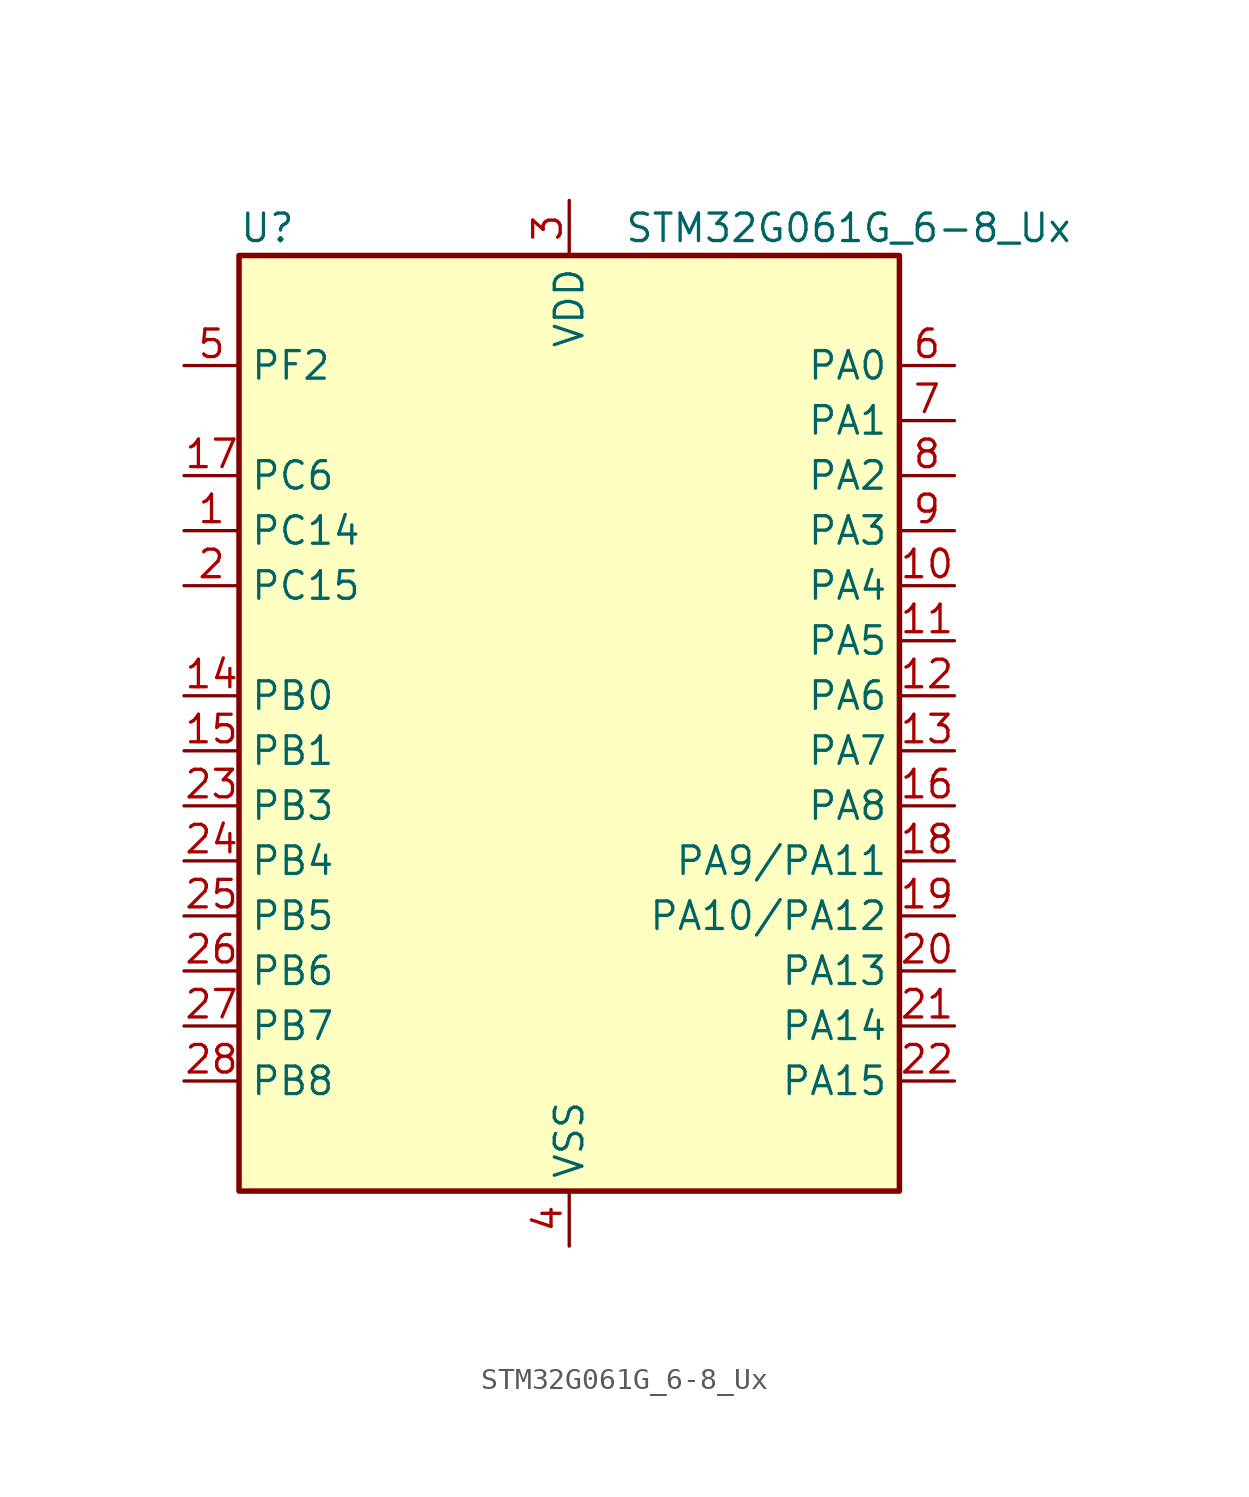
<source format=kicad_sym>
(kicad_symbol_lib
  (version 20231120)
  (generator "kicad-library-utils")
  (generator_version "8.0")
  (symbol "STM32G061G_6-8_Ux"
    (property "Reference" "U"
      (at -15.24 24.13 0)
      (effects (font (size 1.27 1.27)) (justify left)))
    (property "Value" "STM32G061G_6-8_Ux"
      (at 2.54 24.13 0)
      (effects (font (size 1.27 1.27)) (justify left)))
    (symbol "STM32G061G_6-8_Ux_0_1"
      (rectangle (start -15.24 -20.32) (end 15.24 22.86) (stroke (width 0.254) (type default)) (fill (type background))))
    (symbol "STM32G061G_6-8_Ux_1_1"
      (pin bidirectional line (at -17.78 10.16 0) (length 2.54) (name "PC14" (effects (font (size 1.27 1.27)))) (number "1" (effects (font (size 1.27 1.27)))) (alternate "RCC_OSC32_IN" bidirectional line) (alternate "RCC_OSC_IN" bidirectional line) (alternate "TIM1_BK2" bidirectional line))
      (pin bidirectional line (at 17.78 7.62 180) (length 2.54) (name "PA4" (effects (font (size 1.27 1.27)))) (number "10" (effects (font (size 1.27 1.27)))) (alternate "ADC1_IN4" bidirectional line) (alternate "DAC1_OUT1" bidirectional line) (alternate "I2S1_WS" bidirectional line) (alternate "LPTIM2_OUT" bidirectional line) (alternate "RTC_OUT1" bidirectional line) (alternate "RTC_TAMP_IN1" bidirectional line) (alternate "RTC_TS" bidirectional line) (alternate "SPI1_NSS" bidirectional line) (alternate "SPI2_MOSI" bidirectional line) (alternate "SYS_WKUP2" bidirectional line) (alternate "TIM14_CH1" bidirectional line))
      (pin bidirectional line (at 17.78 5.08 180) (length 2.54) (name "PA5" (effects (font (size 1.27 1.27)))) (number "11" (effects (font (size 1.27 1.27)))) (alternate "ADC1_IN5" bidirectional line) (alternate "DAC1_OUT2" bidirectional line) (alternate "I2S1_CK" bidirectional line) (alternate "LPTIM2_ETR" bidirectional line) (alternate "SPI1_SCK" bidirectional line) (alternate "TIM2_CH1" bidirectional line) (alternate "TIM2_ETR" bidirectional line))
      (pin bidirectional line (at 17.78 2.54 180) (length 2.54) (name "PA6" (effects (font (size 1.27 1.27)))) (number "12" (effects (font (size 1.27 1.27)))) (alternate "ADC1_IN6" bidirectional line) (alternate "COMP1_OUT" bidirectional line) (alternate "I2S1_MCK" bidirectional line) (alternate "LPUART1_CTS" bidirectional line) (alternate "SPI1_MISO" bidirectional line) (alternate "TIM16_CH1" bidirectional line) (alternate "TIM1_BK" bidirectional line) (alternate "TIM3_CH1" bidirectional line))
      (pin bidirectional line (at 17.78 0 180) (length 2.54) (name "PA7" (effects (font (size 1.27 1.27)))) (number "13" (effects (font (size 1.27 1.27)))) (alternate "ADC1_IN7" bidirectional line) (alternate "COMP2_OUT" bidirectional line) (alternate "I2S1_SD" bidirectional line) (alternate "SPI1_MOSI" bidirectional line) (alternate "TIM14_CH1" bidirectional line) (alternate "TIM17_CH1" bidirectional line) (alternate "TIM1_CH1N" bidirectional line) (alternate "TIM3_CH2" bidirectional line))
      (pin bidirectional line (at -17.78 2.54 0) (length 2.54) (name "PB0" (effects (font (size 1.27 1.27)))) (number "14" (effects (font (size 1.27 1.27)))) (alternate "ADC1_IN8" bidirectional line) (alternate "COMP1_OUT" bidirectional line) (alternate "I2S1_WS" bidirectional line) (alternate "LPTIM1_OUT" bidirectional line) (alternate "SPI1_NSS" bidirectional line) (alternate "TIM1_CH2N" bidirectional line) (alternate "TIM3_CH3" bidirectional line))
      (pin bidirectional line (at -17.78 0 0) (length 2.54) (name "PB1" (effects (font (size 1.27 1.27)))) (number "15" (effects (font (size 1.27 1.27)))) (alternate "ADC1_IN9" bidirectional line) (alternate "COMP1_INM" bidirectional line) (alternate "LPTIM2_IN1" bidirectional line) (alternate "LPUART1_DE" bidirectional line) (alternate "LPUART1_RTS" bidirectional line) (alternate "TIM14_CH1" bidirectional line) (alternate "TIM1_CH3N" bidirectional line) (alternate "TIM3_CH4" bidirectional line))
      (pin bidirectional line (at 17.78 -2.54 180) (length 2.54) (name "PA8" (effects (font (size 1.27 1.27)))) (number "16" (effects (font (size 1.27 1.27)))) (alternate "LPTIM2_OUT" bidirectional line) (alternate "RCC_MCO" bidirectional line) (alternate "SPI2_NSS" bidirectional line) (alternate "TIM1_CH1" bidirectional line))
      (pin bidirectional line (at -17.78 12.7 0) (length 2.54) (name "PC6" (effects (font (size 1.27 1.27)))) (number "17" (effects (font (size 1.27 1.27)))) (alternate "TIM2_CH3" bidirectional line) (alternate "TIM3_CH1" bidirectional line))
      (pin bidirectional line (at 17.78 -5.08 180) (length 2.54) (name "PA9/PA11" (effects (font (size 1.27 1.27)))) (number "18" (effects (font (size 1.27 1.27)))) (alternate "PA9" bidirectional line) (alternate "DAC1_EXTI9 (PA9)" bidirectional line) (alternate "I2C1_SCL (PA9)" bidirectional line) (alternate "RCC_MCO (PA9)" bidirectional line) (alternate "SPI2_MISO (PA9)" bidirectional line) (alternate "TIM15_BK (PA9)" bidirectional line) (alternate "TIM1_CH2 (PA9)" bidirectional line) (alternate "USART1_TX (PA9)" bidirectional line) (alternate "PA11" bidirectional line) (alternate "ADC1_EXTI11 (PA11)" bidirectional line) (alternate "ADC1_IN15 (PA11)" bidirectional line) (alternate "COMP1_OUT (PA11)" bidirectional line) (alternate "I2C2_SCL (PA11)" bidirectional line) (alternate "I2S1_MCK (PA11)" bidirectional line) (alternate "SPI1_MISO (PA11)" bidirectional line) (alternate "TIM1_BK2 (PA11)" bidirectional line) (alternate "TIM1_CH4 (PA11)" bidirectional line) (alternate "USART1_CTS (PA11)" bidirectional line) (alternate "USART1_NSS (PA11)" bidirectional line))
      (pin bidirectional line (at 17.78 -7.62 180) (length 2.54) (name "PA10/PA12" (effects (font (size 1.27 1.27)))) (number "19" (effects (font (size 1.27 1.27)))) (alternate "PA10" bidirectional line) (alternate "I2C1_SDA (PA10)" bidirectional line) (alternate "SPI2_MOSI (PA10)" bidirectional line) (alternate "TIM17_BK (PA10)" bidirectional line) (alternate "TIM1_CH3 (PA10)" bidirectional line) (alternate "USART1_RX (PA10)" bidirectional line) (alternate "PA12" bidirectional line) (alternate "ADC1_IN16 (PA12)" bidirectional line) (alternate "COMP2_OUT (PA12)" bidirectional line) (alternate "I2C2_SDA (PA12)" bidirectional line) (alternate "I2S1_SD (PA12)" bidirectional line) (alternate "I2S_CKIN (PA12)" bidirectional line) (alternate "SPI1_MOSI (PA12)" bidirectional line) (alternate "TIM1_ETR (PA12)" bidirectional line) (alternate "USART1_CK (PA12)" bidirectional line) (alternate "USART1_DE (PA12)" bidirectional line) (alternate "USART1_RTS (PA12)" bidirectional line))
      (pin bidirectional line (at -17.78 7.62 0) (length 2.54) (name "PC15" (effects (font (size 1.27 1.27)))) (number "2" (effects (font (size 1.27 1.27)))) (alternate "RCC_OSC32_EN" bidirectional line) (alternate "RCC_OSC32_OUT" bidirectional line) (alternate "RCC_OSC_EN" bidirectional line) (alternate "TIM15_BK" bidirectional line))
      (pin bidirectional line (at 17.78 -10.16 180) (length 2.54) (name "PA13" (effects (font (size 1.27 1.27)))) (number "20" (effects (font (size 1.27 1.27)))) (alternate "ADC1_IN17" bidirectional line) (alternate "IR_OUT" bidirectional line) (alternate "SYS_SWDIO" bidirectional line))
      (pin bidirectional line (at 17.78 -12.7 180) (length 2.54) (name "PA14" (effects (font (size 1.27 1.27)))) (number "21" (effects (font (size 1.27 1.27)))) (alternate "ADC1_IN18" bidirectional line) (alternate "SYS_SWCLK" bidirectional line) (alternate "USART2_TX" bidirectional line))
      (pin bidirectional line (at 17.78 -15.24 180) (length 2.54) (name "PA15" (effects (font (size 1.27 1.27)))) (number "22" (effects (font (size 1.27 1.27)))) (alternate "I2S1_WS" bidirectional line) (alternate "SPI1_NSS" bidirectional line) (alternate "TIM2_CH1" bidirectional line) (alternate "TIM2_ETR" bidirectional line) (alternate "USART2_RX" bidirectional line))
      (pin bidirectional line (at -17.78 -2.54 0) (length 2.54) (name "PB3" (effects (font (size 1.27 1.27)))) (number "23" (effects (font (size 1.27 1.27)))) (alternate "COMP2_INM" bidirectional line) (alternate "I2S1_CK" bidirectional line) (alternate "SPI1_SCK" bidirectional line) (alternate "TIM1_CH2" bidirectional line) (alternate "TIM2_CH2" bidirectional line) (alternate "USART1_CK" bidirectional line) (alternate "USART1_DE" bidirectional line) (alternate "USART1_RTS" bidirectional line))
      (pin bidirectional line (at -17.78 -5.08 0) (length 2.54) (name "PB4" (effects (font (size 1.27 1.27)))) (number "24" (effects (font (size 1.27 1.27)))) (alternate "COMP2_INP" bidirectional line) (alternate "I2S1_MCK" bidirectional line) (alternate "SPI1_MISO" bidirectional line) (alternate "TIM17_BK" bidirectional line) (alternate "TIM3_CH1" bidirectional line) (alternate "USART1_CTS" bidirectional line) (alternate "USART1_NSS" bidirectional line))
      (pin bidirectional line (at -17.78 -7.62 0) (length 2.54) (name "PB5" (effects (font (size 1.27 1.27)))) (number "25" (effects (font (size 1.27 1.27)))) (alternate "COMP2_OUT" bidirectional line) (alternate "I2C1_SMBA" bidirectional line) (alternate "I2S1_SD" bidirectional line) (alternate "LPTIM1_IN1" bidirectional line) (alternate "SPI1_MOSI" bidirectional line) (alternate "SYS_WKUP6" bidirectional line) (alternate "TIM16_BK" bidirectional line) (alternate "TIM3_CH2" bidirectional line))
      (pin bidirectional line (at -17.78 -10.16 0) (length 2.54) (name "PB6" (effects (font (size 1.27 1.27)))) (number "26" (effects (font (size 1.27 1.27)))) (alternate "COMP2_INP" bidirectional line) (alternate "I2C1_SCL" bidirectional line) (alternate "LPTIM1_ETR" bidirectional line) (alternate "SPI2_MISO" bidirectional line) (alternate "TIM16_CH1N" bidirectional line) (alternate "TIM1_CH3" bidirectional line) (alternate "USART1_TX" bidirectional line))
      (pin bidirectional line (at -17.78 -12.7 0) (length 2.54) (name "PB7" (effects (font (size 1.27 1.27)))) (number "27" (effects (font (size 1.27 1.27)))) (alternate "ADC1_IN11" bidirectional line) (alternate "COMP2_INM" bidirectional line) (alternate "I2C1_SDA" bidirectional line) (alternate "LPTIM1_IN2" bidirectional line) (alternate "SPI2_MOSI" bidirectional line) (alternate "SYS_PVD_IN" bidirectional line) (alternate "TIM17_CH1N" bidirectional line) (alternate "USART1_RX" bidirectional line))
      (pin bidirectional line (at -17.78 -15.24 0) (length 2.54) (name "PB8" (effects (font (size 1.27 1.27)))) (number "28" (effects (font (size 1.27 1.27)))) (alternate "I2C1_SCL" bidirectional line) (alternate "SPI2_SCK" bidirectional line) (alternate "TIM15_BK" bidirectional line) (alternate "TIM16_CH1" bidirectional line))
      (pin power_in line (at 0 25.4 270) (length 2.54) (name "VDD" (effects (font (size 1.27 1.27)))) (number "3" (effects (font (size 1.27 1.27)))))
      (pin power_in line (at 0 -22.86 90) (length 2.54) (name "VSS" (effects (font (size 1.27 1.27)))) (number "4" (effects (font (size 1.27 1.27)))))
      (pin bidirectional line (at -17.78 17.78 0) (length 2.54) (name "PF2" (effects (font (size 1.27 1.27)))) (number "5" (effects (font (size 1.27 1.27)))) (alternate "RCC_MCO" bidirectional line))
      (pin bidirectional line (at 17.78 17.78 180) (length 2.54) (name "PA0" (effects (font (size 1.27 1.27)))) (number "6" (effects (font (size 1.27 1.27)))) (alternate "ADC1_IN0" bidirectional line) (alternate "COMP1_INM" bidirectional line) (alternate "COMP1_OUT" bidirectional line) (alternate "LPTIM1_OUT" bidirectional line) (alternate "RTC_TAMP_IN2" bidirectional line) (alternate "SPI2_SCK" bidirectional line) (alternate "SYS_WKUP1" bidirectional line) (alternate "TIM2_CH1" bidirectional line) (alternate "TIM2_ETR" bidirectional line) (alternate "USART2_CTS" bidirectional line) (alternate "USART2_NSS" bidirectional line))
      (pin bidirectional line (at 17.78 15.24 180) (length 2.54) (name "PA1" (effects (font (size 1.27 1.27)))) (number "7" (effects (font (size 1.27 1.27)))) (alternate "ADC1_IN1" bidirectional line) (alternate "COMP1_INP" bidirectional line) (alternate "I2C1_SMBA" bidirectional line) (alternate "I2S1_CK" bidirectional line) (alternate "SPI1_SCK" bidirectional line) (alternate "TIM15_CH1N" bidirectional line) (alternate "TIM2_CH2" bidirectional line) (alternate "USART2_CK" bidirectional line) (alternate "USART2_DE" bidirectional line) (alternate "USART2_RTS" bidirectional line))
      (pin bidirectional line (at 17.78 12.7 180) (length 2.54) (name "PA2" (effects (font (size 1.27 1.27)))) (number "8" (effects (font (size 1.27 1.27)))) (alternate "ADC1_IN2" bidirectional line) (alternate "COMP2_INM" bidirectional line) (alternate "COMP2_OUT" bidirectional line) (alternate "I2S1_SD" bidirectional line) (alternate "LPUART1_TX" bidirectional line) (alternate "RCC_LSCO" bidirectional line) (alternate "SPI1_MOSI" bidirectional line) (alternate "SYS_WKUP4" bidirectional line) (alternate "TIM15_CH1" bidirectional line) (alternate "TIM2_CH3" bidirectional line) (alternate "USART2_TX" bidirectional line))
      (pin bidirectional line (at 17.78 10.16 180) (length 2.54) (name "PA3" (effects (font (size 1.27 1.27)))) (number "9" (effects (font (size 1.27 1.27)))) (alternate "ADC1_IN3" bidirectional line) (alternate "COMP2_INP" bidirectional line) (alternate "LPUART1_RX" bidirectional line) (alternate "SPI2_MISO" bidirectional line) (alternate "TIM15_CH2" bidirectional line) (alternate "TIM2_CH4" bidirectional line) (alternate "USART2_RX" bidirectional line)))))
</source>
